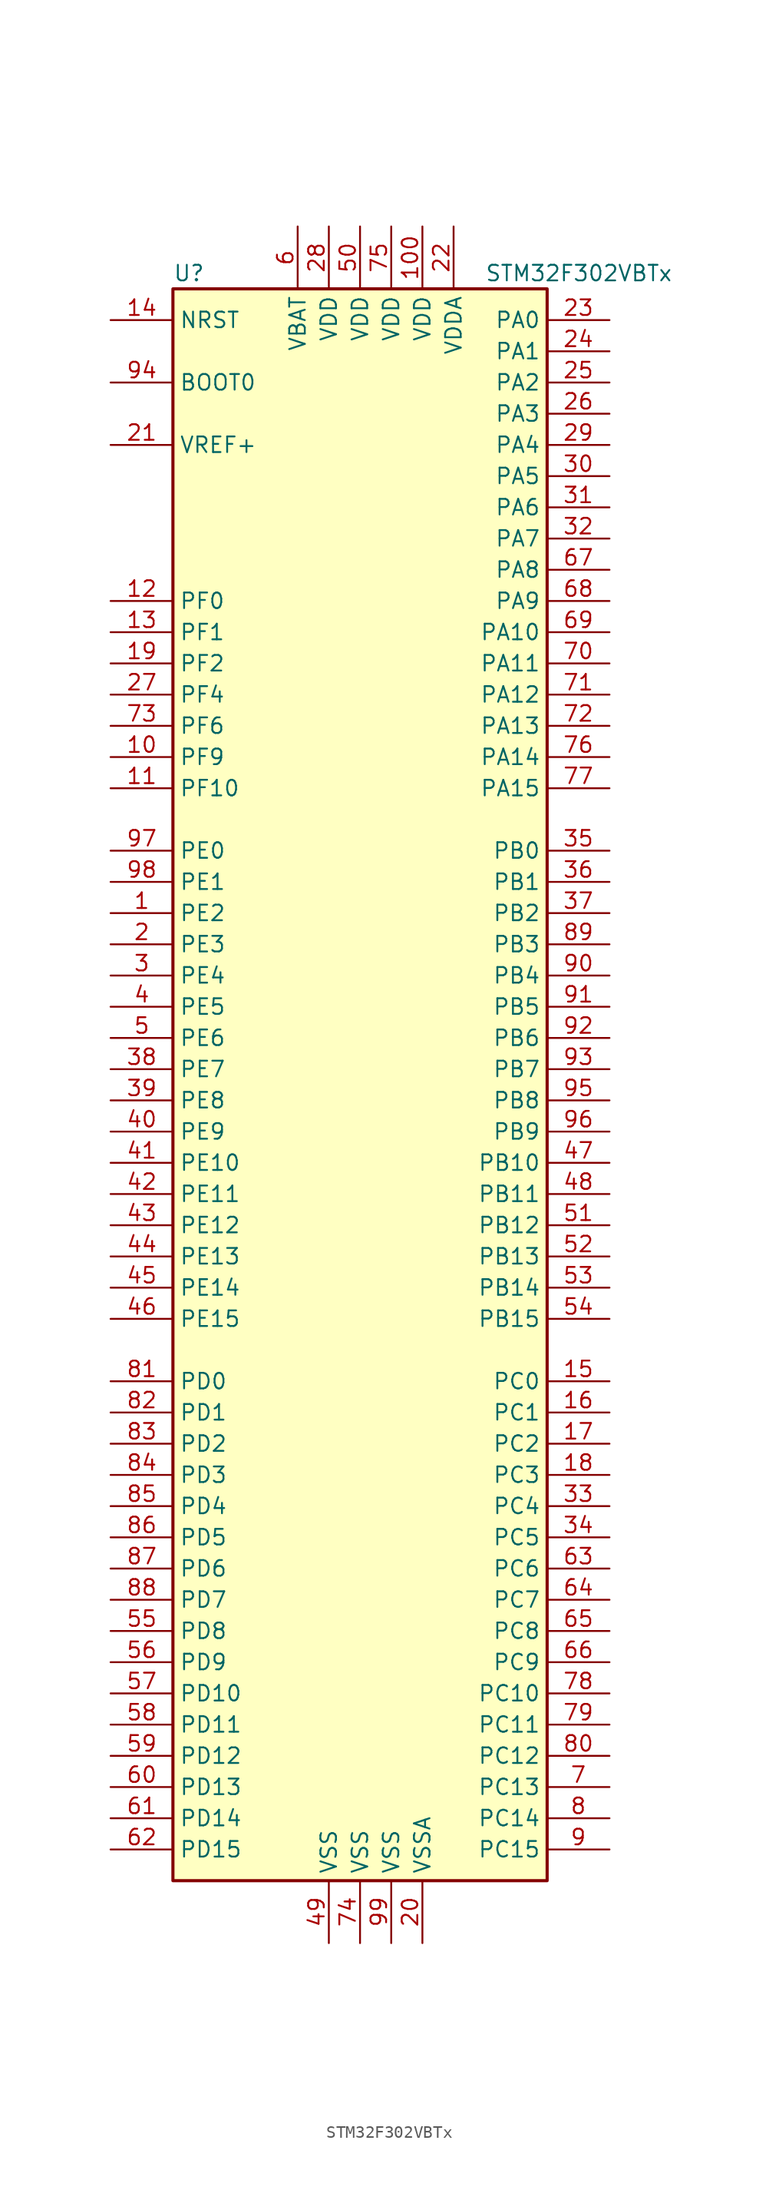
<source format=kicad_sym>
(kicad_symbol_lib
  (version 20201005)
  (generator kicad_symbol_editor)
  (symbol "MCU_ST_STM32F3:STM32F302VBTx"
    (property "Reference" "U"
      (at -15.24 64.77 0)
      (effects (font (size 1.27 1.27)) (justify left)))
    (property "Value" "STM32F302VBTx"
      (at 10.16 64.77 0)
      (effects (font (size 1.27 1.27)) (justify left)))
    (symbol "STM32F302VBTx_0_1"
      (rectangle (start -15.24 -66.04) (end 15.24 63.5) (stroke (width 0.254)) (fill (type background))))
    (symbol "STM32F302VBTx_1_1"
      (pin input line (at -20.32 55.88 0) (length 5.08) (name "BOOT0" (effects (font (size 1.27 1.27)))) (number "94" (effects (font (size 1.27 1.27)))))
      (pin input line (at -20.32 60.96 0) (length 5.08) (name "NRST" (effects (font (size 1.27 1.27)))) (number "14" (effects (font (size 1.27 1.27)))))
      (pin bidirectional line (at 20.32 60.96 180) (length 5.08) (name "PA0" (effects (font (size 1.27 1.27)))) (number "23" (effects (font (size 1.27 1.27)))))
      (pin bidirectional line (at 20.32 58.42 180) (length 5.08) (name "PA1" (effects (font (size 1.27 1.27)))) (number "24" (effects (font (size 1.27 1.27)))))
      (pin bidirectional line (at 20.32 35.56 180) (length 5.08) (name "PA10" (effects (font (size 1.27 1.27)))) (number "69" (effects (font (size 1.27 1.27)))))
      (pin bidirectional line (at 20.32 33.02 180) (length 5.08) (name "PA11" (effects (font (size 1.27 1.27)))) (number "70" (effects (font (size 1.27 1.27)))))
      (pin bidirectional line (at 20.32 30.48 180) (length 5.08) (name "PA12" (effects (font (size 1.27 1.27)))) (number "71" (effects (font (size 1.27 1.27)))))
      (pin bidirectional line (at 20.32 27.94 180) (length 5.08) (name "PA13" (effects (font (size 1.27 1.27)))) (number "72" (effects (font (size 1.27 1.27)))))
      (pin bidirectional line (at 20.32 25.4 180) (length 5.08) (name "PA14" (effects (font (size 1.27 1.27)))) (number "76" (effects (font (size 1.27 1.27)))))
      (pin bidirectional line (at 20.32 22.86 180) (length 5.08) (name "PA15" (effects (font (size 1.27 1.27)))) (number "77" (effects (font (size 1.27 1.27)))))
      (pin bidirectional line (at 20.32 55.88 180) (length 5.08) (name "PA2" (effects (font (size 1.27 1.27)))) (number "25" (effects (font (size 1.27 1.27)))))
      (pin bidirectional line (at 20.32 53.34 180) (length 5.08) (name "PA3" (effects (font (size 1.27 1.27)))) (number "26" (effects (font (size 1.27 1.27)))))
      (pin bidirectional line (at 20.32 50.8 180) (length 5.08) (name "PA4" (effects (font (size 1.27 1.27)))) (number "29" (effects (font (size 1.27 1.27)))))
      (pin bidirectional line (at 20.32 48.26 180) (length 5.08) (name "PA5" (effects (font (size 1.27 1.27)))) (number "30" (effects (font (size 1.27 1.27)))))
      (pin bidirectional line (at 20.32 45.72 180) (length 5.08) (name "PA6" (effects (font (size 1.27 1.27)))) (number "31" (effects (font (size 1.27 1.27)))))
      (pin bidirectional line (at 20.32 43.18 180) (length 5.08) (name "PA7" (effects (font (size 1.27 1.27)))) (number "32" (effects (font (size 1.27 1.27)))))
      (pin bidirectional line (at 20.32 40.64 180) (length 5.08) (name "PA8" (effects (font (size 1.27 1.27)))) (number "67" (effects (font (size 1.27 1.27)))))
      (pin bidirectional line (at 20.32 38.1 180) (length 5.08) (name "PA9" (effects (font (size 1.27 1.27)))) (number "68" (effects (font (size 1.27 1.27)))))
      (pin bidirectional line (at 20.32 17.78 180) (length 5.08) (name "PB0" (effects (font (size 1.27 1.27)))) (number "35" (effects (font (size 1.27 1.27)))))
      (pin bidirectional line (at 20.32 15.24 180) (length 5.08) (name "PB1" (effects (font (size 1.27 1.27)))) (number "36" (effects (font (size 1.27 1.27)))))
      (pin bidirectional line (at 20.32 -7.62 180) (length 5.08) (name "PB10" (effects (font (size 1.27 1.27)))) (number "47" (effects (font (size 1.27 1.27)))))
      (pin bidirectional line (at 20.32 -10.16 180) (length 5.08) (name "PB11" (effects (font (size 1.27 1.27)))) (number "48" (effects (font (size 1.27 1.27)))))
      (pin bidirectional line (at 20.32 -12.7 180) (length 5.08) (name "PB12" (effects (font (size 1.27 1.27)))) (number "51" (effects (font (size 1.27 1.27)))))
      (pin bidirectional line (at 20.32 -15.24 180) (length 5.08) (name "PB13" (effects (font (size 1.27 1.27)))) (number "52" (effects (font (size 1.27 1.27)))))
      (pin bidirectional line (at 20.32 -17.78 180) (length 5.08) (name "PB14" (effects (font (size 1.27 1.27)))) (number "53" (effects (font (size 1.27 1.27)))))
      (pin bidirectional line (at 20.32 -20.32 180) (length 5.08) (name "PB15" (effects (font (size 1.27 1.27)))) (number "54" (effects (font (size 1.27 1.27)))))
      (pin bidirectional line (at 20.32 12.7 180) (length 5.08) (name "PB2" (effects (font (size 1.27 1.27)))) (number "37" (effects (font (size 1.27 1.27)))))
      (pin bidirectional line (at 20.32 10.16 180) (length 5.08) (name "PB3" (effects (font (size 1.27 1.27)))) (number "89" (effects (font (size 1.27 1.27)))))
      (pin bidirectional line (at 20.32 7.62 180) (length 5.08) (name "PB4" (effects (font (size 1.27 1.27)))) (number "90" (effects (font (size 1.27 1.27)))))
      (pin bidirectional line (at 20.32 5.08 180) (length 5.08) (name "PB5" (effects (font (size 1.27 1.27)))) (number "91" (effects (font (size 1.27 1.27)))))
      (pin bidirectional line (at 20.32 2.54 180) (length 5.08) (name "PB6" (effects (font (size 1.27 1.27)))) (number "92" (effects (font (size 1.27 1.27)))))
      (pin bidirectional line (at 20.32 0 180) (length 5.08) (name "PB7" (effects (font (size 1.27 1.27)))) (number "93" (effects (font (size 1.27 1.27)))))
      (pin bidirectional line (at 20.32 -2.54 180) (length 5.08) (name "PB8" (effects (font (size 1.27 1.27)))) (number "95" (effects (font (size 1.27 1.27)))))
      (pin bidirectional line (at 20.32 -5.08 180) (length 5.08) (name "PB9" (effects (font (size 1.27 1.27)))) (number "96" (effects (font (size 1.27 1.27)))))
      (pin bidirectional line (at 20.32 -25.4 180) (length 5.08) (name "PC0" (effects (font (size 1.27 1.27)))) (number "15" (effects (font (size 1.27 1.27)))))
      (pin bidirectional line (at 20.32 -27.94 180) (length 5.08) (name "PC1" (effects (font (size 1.27 1.27)))) (number "16" (effects (font (size 1.27 1.27)))))
      (pin bidirectional line (at 20.32 -50.8 180) (length 5.08) (name "PC10" (effects (font (size 1.27 1.27)))) (number "78" (effects (font (size 1.27 1.27)))))
      (pin bidirectional line (at 20.32 -53.34 180) (length 5.08) (name "PC11" (effects (font (size 1.27 1.27)))) (number "79" (effects (font (size 1.27 1.27)))))
      (pin bidirectional line (at 20.32 -55.88 180) (length 5.08) (name "PC12" (effects (font (size 1.27 1.27)))) (number "80" (effects (font (size 1.27 1.27)))))
      (pin bidirectional line (at 20.32 -58.42 180) (length 5.08) (name "PC13" (effects (font (size 1.27 1.27)))) (number "7" (effects (font (size 1.27 1.27)))))
      (pin bidirectional line (at 20.32 -60.96 180) (length 5.08) (name "PC14" (effects (font (size 1.27 1.27)))) (number "8" (effects (font (size 1.27 1.27)))))
      (pin bidirectional line (at 20.32 -63.5 180) (length 5.08) (name "PC15" (effects (font (size 1.27 1.27)))) (number "9" (effects (font (size 1.27 1.27)))))
      (pin bidirectional line (at 20.32 -30.48 180) (length 5.08) (name "PC2" (effects (font (size 1.27 1.27)))) (number "17" (effects (font (size 1.27 1.27)))))
      (pin bidirectional line (at 20.32 -33.02 180) (length 5.08) (name "PC3" (effects (font (size 1.27 1.27)))) (number "18" (effects (font (size 1.27 1.27)))))
      (pin bidirectional line (at 20.32 -35.56 180) (length 5.08) (name "PC4" (effects (font (size 1.27 1.27)))) (number "33" (effects (font (size 1.27 1.27)))))
      (pin bidirectional line (at 20.32 -38.1 180) (length 5.08) (name "PC5" (effects (font (size 1.27 1.27)))) (number "34" (effects (font (size 1.27 1.27)))))
      (pin bidirectional line (at 20.32 -40.64 180) (length 5.08) (name "PC6" (effects (font (size 1.27 1.27)))) (number "63" (effects (font (size 1.27 1.27)))))
      (pin bidirectional line (at 20.32 -43.18 180) (length 5.08) (name "PC7" (effects (font (size 1.27 1.27)))) (number "64" (effects (font (size 1.27 1.27)))))
      (pin bidirectional line (at 20.32 -45.72 180) (length 5.08) (name "PC8" (effects (font (size 1.27 1.27)))) (number "65" (effects (font (size 1.27 1.27)))))
      (pin bidirectional line (at 20.32 -48.26 180) (length 5.08) (name "PC9" (effects (font (size 1.27 1.27)))) (number "66" (effects (font (size 1.27 1.27)))))
      (pin bidirectional line (at -20.32 -25.4 0) (length 5.08) (name "PD0" (effects (font (size 1.27 1.27)))) (number "81" (effects (font (size 1.27 1.27)))))
      (pin bidirectional line (at -20.32 -27.94 0) (length 5.08) (name "PD1" (effects (font (size 1.27 1.27)))) (number "82" (effects (font (size 1.27 1.27)))))
      (pin bidirectional line (at -20.32 -50.8 0) (length 5.08) (name "PD10" (effects (font (size 1.27 1.27)))) (number "57" (effects (font (size 1.27 1.27)))))
      (pin bidirectional line (at -20.32 -53.34 0) (length 5.08) (name "PD11" (effects (font (size 1.27 1.27)))) (number "58" (effects (font (size 1.27 1.27)))))
      (pin bidirectional line (at -20.32 -55.88 0) (length 5.08) (name "PD12" (effects (font (size 1.27 1.27)))) (number "59" (effects (font (size 1.27 1.27)))))
      (pin bidirectional line (at -20.32 -58.42 0) (length 5.08) (name "PD13" (effects (font (size 1.27 1.27)))) (number "60" (effects (font (size 1.27 1.27)))))
      (pin bidirectional line (at -20.32 -60.96 0) (length 5.08) (name "PD14" (effects (font (size 1.27 1.27)))) (number "61" (effects (font (size 1.27 1.27)))))
      (pin bidirectional line (at -20.32 -63.5 0) (length 5.08) (name "PD15" (effects (font (size 1.27 1.27)))) (number "62" (effects (font (size 1.27 1.27)))))
      (pin bidirectional line (at -20.32 -30.48 0) (length 5.08) (name "PD2" (effects (font (size 1.27 1.27)))) (number "83" (effects (font (size 1.27 1.27)))))
      (pin bidirectional line (at -20.32 -33.02 0) (length 5.08) (name "PD3" (effects (font (size 1.27 1.27)))) (number "84" (effects (font (size 1.27 1.27)))))
      (pin bidirectional line (at -20.32 -35.56 0) (length 5.08) (name "PD4" (effects (font (size 1.27 1.27)))) (number "85" (effects (font (size 1.27 1.27)))))
      (pin bidirectional line (at -20.32 -38.1 0) (length 5.08) (name "PD5" (effects (font (size 1.27 1.27)))) (number "86" (effects (font (size 1.27 1.27)))))
      (pin bidirectional line (at -20.32 -40.64 0) (length 5.08) (name "PD6" (effects (font (size 1.27 1.27)))) (number "87" (effects (font (size 1.27 1.27)))))
      (pin bidirectional line (at -20.32 -43.18 0) (length 5.08) (name "PD7" (effects (font (size 1.27 1.27)))) (number "88" (effects (font (size 1.27 1.27)))))
      (pin bidirectional line (at -20.32 -45.72 0) (length 5.08) (name "PD8" (effects (font (size 1.27 1.27)))) (number "55" (effects (font (size 1.27 1.27)))))
      (pin bidirectional line (at -20.32 -48.26 0) (length 5.08) (name "PD9" (effects (font (size 1.27 1.27)))) (number "56" (effects (font (size 1.27 1.27)))))
      (pin bidirectional line (at -20.32 17.78 0) (length 5.08) (name "PE0" (effects (font (size 1.27 1.27)))) (number "97" (effects (font (size 1.27 1.27)))))
      (pin bidirectional line (at -20.32 15.24 0) (length 5.08) (name "PE1" (effects (font (size 1.27 1.27)))) (number "98" (effects (font (size 1.27 1.27)))))
      (pin bidirectional line (at -20.32 -7.62 0) (length 5.08) (name "PE10" (effects (font (size 1.27 1.27)))) (number "41" (effects (font (size 1.27 1.27)))))
      (pin bidirectional line (at -20.32 -10.16 0) (length 5.08) (name "PE11" (effects (font (size 1.27 1.27)))) (number "42" (effects (font (size 1.27 1.27)))))
      (pin bidirectional line (at -20.32 -12.7 0) (length 5.08) (name "PE12" (effects (font (size 1.27 1.27)))) (number "43" (effects (font (size 1.27 1.27)))))
      (pin bidirectional line (at -20.32 -15.24 0) (length 5.08) (name "PE13" (effects (font (size 1.27 1.27)))) (number "44" (effects (font (size 1.27 1.27)))))
      (pin bidirectional line (at -20.32 -17.78 0) (length 5.08) (name "PE14" (effects (font (size 1.27 1.27)))) (number "45" (effects (font (size 1.27 1.27)))))
      (pin bidirectional line (at -20.32 -20.32 0) (length 5.08) (name "PE15" (effects (font (size 1.27 1.27)))) (number "46" (effects (font (size 1.27 1.27)))))
      (pin bidirectional line (at -20.32 12.7 0) (length 5.08) (name "PE2" (effects (font (size 1.27 1.27)))) (number "1" (effects (font (size 1.27 1.27)))))
      (pin bidirectional line (at -20.32 10.16 0) (length 5.08) (name "PE3" (effects (font (size 1.27 1.27)))) (number "2" (effects (font (size 1.27 1.27)))))
      (pin bidirectional line (at -20.32 7.62 0) (length 5.08) (name "PE4" (effects (font (size 1.27 1.27)))) (number "3" (effects (font (size 1.27 1.27)))))
      (pin bidirectional line (at -20.32 5.08 0) (length 5.08) (name "PE5" (effects (font (size 1.27 1.27)))) (number "4" (effects (font (size 1.27 1.27)))))
      (pin bidirectional line (at -20.32 2.54 0) (length 5.08) (name "PE6" (effects (font (size 1.27 1.27)))) (number "5" (effects (font (size 1.27 1.27)))))
      (pin bidirectional line (at -20.32 0 0) (length 5.08) (name "PE7" (effects (font (size 1.27 1.27)))) (number "38" (effects (font (size 1.27 1.27)))))
      (pin bidirectional line (at -20.32 -2.54 0) (length 5.08) (name "PE8" (effects (font (size 1.27 1.27)))) (number "39" (effects (font (size 1.27 1.27)))))
      (pin bidirectional line (at -20.32 -5.08 0) (length 5.08) (name "PE9" (effects (font (size 1.27 1.27)))) (number "40" (effects (font (size 1.27 1.27)))))
      (pin input line (at -20.32 38.1 0) (length 5.08) (name "PF0" (effects (font (size 1.27 1.27)))) (number "12" (effects (font (size 1.27 1.27)))))
      (pin input line (at -20.32 35.56 0) (length 5.08) (name "PF1" (effects (font (size 1.27 1.27)))) (number "13" (effects (font (size 1.27 1.27)))))
      (pin bidirectional line (at -20.32 22.86 0) (length 5.08) (name "PF10" (effects (font (size 1.27 1.27)))) (number "11" (effects (font (size 1.27 1.27)))))
      (pin bidirectional line (at -20.32 33.02 0) (length 5.08) (name "PF2" (effects (font (size 1.27 1.27)))) (number "19" (effects (font (size 1.27 1.27)))))
      (pin bidirectional line (at -20.32 30.48 0) (length 5.08) (name "PF4" (effects (font (size 1.27 1.27)))) (number "27" (effects (font (size 1.27 1.27)))))
      (pin bidirectional line (at -20.32 27.94 0) (length 5.08) (name "PF6" (effects (font (size 1.27 1.27)))) (number "73" (effects (font (size 1.27 1.27)))))
      (pin bidirectional line (at -20.32 25.4 0) (length 5.08) (name "PF9" (effects (font (size 1.27 1.27)))) (number "10" (effects (font (size 1.27 1.27)))))
      (pin power_in line (at -5.08 68.58 270) (length 5.08) (name "VBAT" (effects (font (size 1.27 1.27)))) (number "6" (effects (font (size 1.27 1.27)))))
      (pin power_in line (at 5.08 68.58 270) (length 5.08) (name "VDD" (effects (font (size 1.27 1.27)))) (number "100" (effects (font (size 1.27 1.27)))))
      (pin power_in line (at -2.54 68.58 270) (length 5.08) (name "VDD" (effects (font (size 1.27 1.27)))) (number "28" (effects (font (size 1.27 1.27)))))
      (pin power_in line (at 0 68.58 270) (length 5.08) (name "VDD" (effects (font (size 1.27 1.27)))) (number "50" (effects (font (size 1.27 1.27)))))
      (pin power_in line (at 2.54 68.58 270) (length 5.08) (name "VDD" (effects (font (size 1.27 1.27)))) (number "75" (effects (font (size 1.27 1.27)))))
      (pin power_in line (at 7.62 68.58 270) (length 5.08) (name "VDDA" (effects (font (size 1.27 1.27)))) (number "22" (effects (font (size 1.27 1.27)))))
      (pin power_in line (at -20.32 50.8 0) (length 5.08) (name "VREF+" (effects (font (size 1.27 1.27)))) (number "21" (effects (font (size 1.27 1.27)))))
      (pin power_in line (at -2.54 -71.12 90) (length 5.08) (name "VSS" (effects (font (size 1.27 1.27)))) (number "49" (effects (font (size 1.27 1.27)))))
      (pin power_in line (at 0 -71.12 90) (length 5.08) (name "VSS" (effects (font (size 1.27 1.27)))) (number "74" (effects (font (size 1.27 1.27)))))
      (pin power_in line (at 2.54 -71.12 90) (length 5.08) (name "VSS" (effects (font (size 1.27 1.27)))) (number "99" (effects (font (size 1.27 1.27)))))
      (pin power_in line (at 5.08 -71.12 90) (length 5.08) (name "VSSA" (effects (font (size 1.27 1.27)))) (number "20" (effects (font (size 1.27 1.27))))))))
</source>
